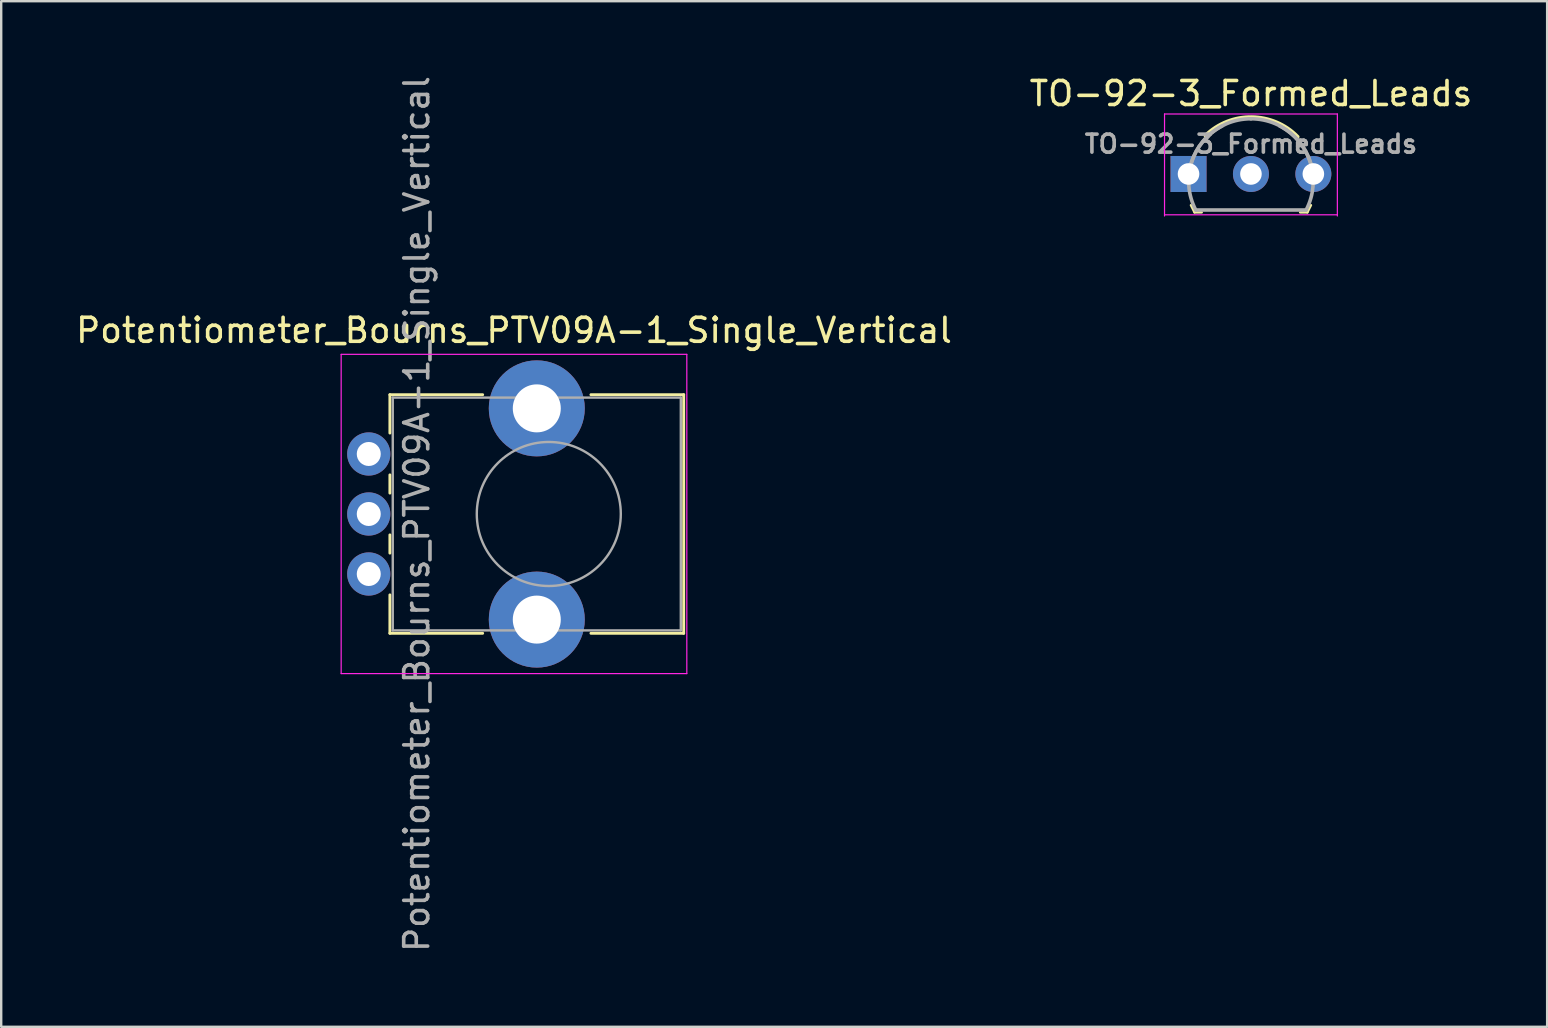
<source format=kicad_pcb>
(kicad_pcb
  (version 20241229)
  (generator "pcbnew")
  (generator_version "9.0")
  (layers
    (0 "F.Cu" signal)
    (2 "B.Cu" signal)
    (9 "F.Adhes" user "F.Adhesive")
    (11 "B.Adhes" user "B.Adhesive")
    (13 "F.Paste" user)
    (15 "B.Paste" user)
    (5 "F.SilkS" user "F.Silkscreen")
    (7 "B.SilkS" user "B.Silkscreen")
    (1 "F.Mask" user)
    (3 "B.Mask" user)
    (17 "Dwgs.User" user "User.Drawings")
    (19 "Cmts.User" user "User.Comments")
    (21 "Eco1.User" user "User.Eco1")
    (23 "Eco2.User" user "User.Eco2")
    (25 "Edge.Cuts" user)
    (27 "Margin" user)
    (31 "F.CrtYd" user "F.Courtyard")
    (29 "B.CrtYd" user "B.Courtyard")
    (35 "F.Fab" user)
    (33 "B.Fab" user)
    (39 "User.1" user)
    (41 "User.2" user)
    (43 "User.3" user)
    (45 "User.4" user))
  (footprint "Potentiometer_Bourns_PTV09A-1_Single_Vertical"
    (layer "F.Cu")
    (at 12.313 20.863)
    (property "Reference" "Potentiometer_Bourns_PTV09A-1_Single_Vertical" (at 6.05 -10.15 0) (layer "F.SilkS") (effects (font (size 1 1) (thickness 0.15))))
    (attr through_hole)
    (fp_line (start 0.88 -7.47) (end 0.88 -5.871) (stroke (width 0.12) (type solid)) (layer "F.SilkS"))
    (fp_line (start 0.88 -7.47) (end 4.745 -7.47) (stroke (width 0.12) (type solid)) (layer "F.SilkS"))
    (fp_line (start 0.88 -4.129) (end 0.88 -3.37) (stroke (width 0.12) (type solid)) (layer "F.SilkS"))
    (fp_line (start 0.88 -1.629) (end 0.88 -0.87) (stroke (width 0.12) (type solid)) (layer "F.SilkS"))
    (fp_line (start 0.88 0.87) (end 0.88 2.47) (stroke (width 0.12) (type solid)) (layer "F.SilkS"))
    (fp_line (start 0.88 2.47) (end 4.745 2.47) (stroke (width 0.12) (type solid)) (layer "F.SilkS"))
    (fp_line (start 9.255 -7.47) (end 13.12 -7.47) (stroke (width 0.12) (type solid)) (layer "F.SilkS"))
    (fp_line (start 9.255 2.47) (end 13.12 2.47) (stroke (width 0.12) (type solid)) (layer "F.SilkS"))
    (fp_line (start 13.12 -7.47) (end 13.12 2.47) (stroke (width 0.12) (type solid)) (layer "F.SilkS"))
    (fp_line (start -1.15 -9.15) (end -1.15 4.15) (stroke (width 0.05) (type solid)) (layer "F.CrtYd"))
    (fp_line (start -1.15 4.15) (end 13.25 4.15) (stroke (width 0.05) (type solid)) (layer "F.CrtYd"))
    (fp_line (start 13.25 -9.15) (end -1.15 -9.15) (stroke (width 0.05) (type solid)) (layer "F.CrtYd"))
    (fp_line (start 13.25 4.15) (end 13.25 -9.15) (stroke (width 0.05) (type solid)) (layer "F.CrtYd"))
    (fp_line (start 1 -7.35) (end 1 2.35) (stroke (width 0.1) (type solid)) (layer "F.Fab"))
    (fp_line (start 1 2.35) (end 13 2.35) (stroke (width 0.1) (type solid)) (layer "F.Fab"))
    (fp_line (start 13 -7.35) (end 1 -7.35) (stroke (width 0.1) (type solid)) (layer "F.Fab"))
    (fp_line (start 13 2.35) (end 13 -7.35) (stroke (width 0.1) (type solid)) (layer "F.Fab"))
    (fp_circle (center 7.5 -2.5) (end 10.5 -2.5) (stroke (width 0.1) (type solid)) (fill no) (layer "F.Fab"))
    (fp_text user "${REFERENCE}" (at 2 -2.5 90) (layer "F.Fab") (effects (font (size 1 1) (thickness 0.15))))
    (pad "" np_thru_hole circle (at 7 -6.9) (size 4 4) (drill 2) (layers "*.Cu" "*.Mask"))
    (pad "" np_thru_hole circle (at 7 1.9) (size 4 4) (drill 2) (layers "*.Cu" "*.Mask"))
    (pad "1" thru_hole circle (at 0 0) (size 1.8 1.8) (drill 1) (layers "*.Cu" "*.Mask"))
    (pad "2" thru_hole circle (at 0 -2.5) (size 1.8 1.8) (drill 1) (layers "*.Cu" "*.Mask"))
    (pad "3" thru_hole circle (at 0 -5) (size 1.8 1.8) (drill 1) (layers "*.Cu" "*.Mask")))
  (footprint "TO-92-3_Formed_Leads"
    (layer "F.Cu")
    (at 46.465 4.198)
    (property "Reference" "TO-92-3_Formed_Leads" (at 2.6 -3.35 0) (layer "F.SilkS") (effects (font (size 1 1) (thickness 0.15))))
    (attr through_hole)
    (fp_line (start 0.25 1.6) (end 0.1 1.3) (stroke (width 0.1) (type solid)) (layer "F.SilkS"))
    (fp_line (start 0.55 1.6) (end 0.25 1.6) (stroke (width 0.1) (type solid)) (layer "F.SilkS"))
    (fp_line (start 4.95 1.6) (end 4.65 1.6) (stroke (width 0.1) (type solid)) (layer "F.SilkS"))
    (fp_line (start 4.95 1.6) (end 5.1 1.3) (stroke (width 0.1) (type solid)) (layer "F.SilkS"))
    (fp_arc (start 0.7 -1.6) (mid 2.635355 -2.372361) (end 4.55 -1.55) (stroke (width 0.15) (type solid)) (layer "F.SilkS"))
    (fp_line (start -1 -2.5) (end 6.2 -2.5) (stroke (width 0.05) (type solid)) (layer "F.CrtYd"))
    (fp_line (start -1 1.7) (end 6.2 1.7) (stroke (width 0.05) (type solid)) (layer "F.CrtYd"))
    (fp_line (start -1 1.75) (end -1 -2.5) (stroke (width 0.05) (type solid)) (layer "F.CrtYd"))
    (fp_line (start 6.2 1.75) (end 6.2 -2.5) (stroke (width 0.05) (type solid)) (layer "F.CrtYd"))
    (fp_line (start 4.9 1.5) (end 0.3 1.5) (stroke (width 0.15) (type solid)) (layer "F.Fab"))
    (fp_arc (start 0 0.3) (mid 0.761522 -1.538478) (end 2.6 -2.3) (stroke (width 0.15) (type solid)) (layer "F.Fab"))
    (fp_arc (start 0.3 1.5) (mid 0.125126 -0.477817) (end 1.4 -2) (stroke (width 0.15) (type solid)) (layer "F.Fab"))
    (fp_arc (start 2.6 -2.3) (mid 4.438478 -1.538478) (end 5.2 0.3) (stroke (width 0.15) (type solid)) (layer "F.Fab"))
    (fp_arc (start 3.8 -2) (mid 5.074874 -0.477817) (end 4.9 1.5) (stroke (width 0.15) (type solid)) (layer "F.Fab"))
    (fp_text user "${REFERENCE}" (at 2.6 -1.25 180) (layer "F.Fab") (effects (font (size 0.75 0.75) (thickness 0.15))))
    (pad "1" thru_hole rect (at 0 0 180) (size 1.5 1.5) (drill 0.9) (layers "*.Cu" "*.Mask"))
    (pad "2" thru_hole circle (at 2.6 0 180) (size 1.5 1.5) (drill 0.9) (layers "*.Cu" "*.Mask"))
    (pad "3" thru_hole circle (at 5.2 0 180) (size 1.5 1.5) (drill 0.9) (layers "*.Cu" "*.Mask")))
  (gr_rect
    (start -3 -3)
    (end 61.405 39.726)
    (stroke (width 0.1) (type default))
    (fill no)
    (layer "Edge.Cuts")))
</source>
